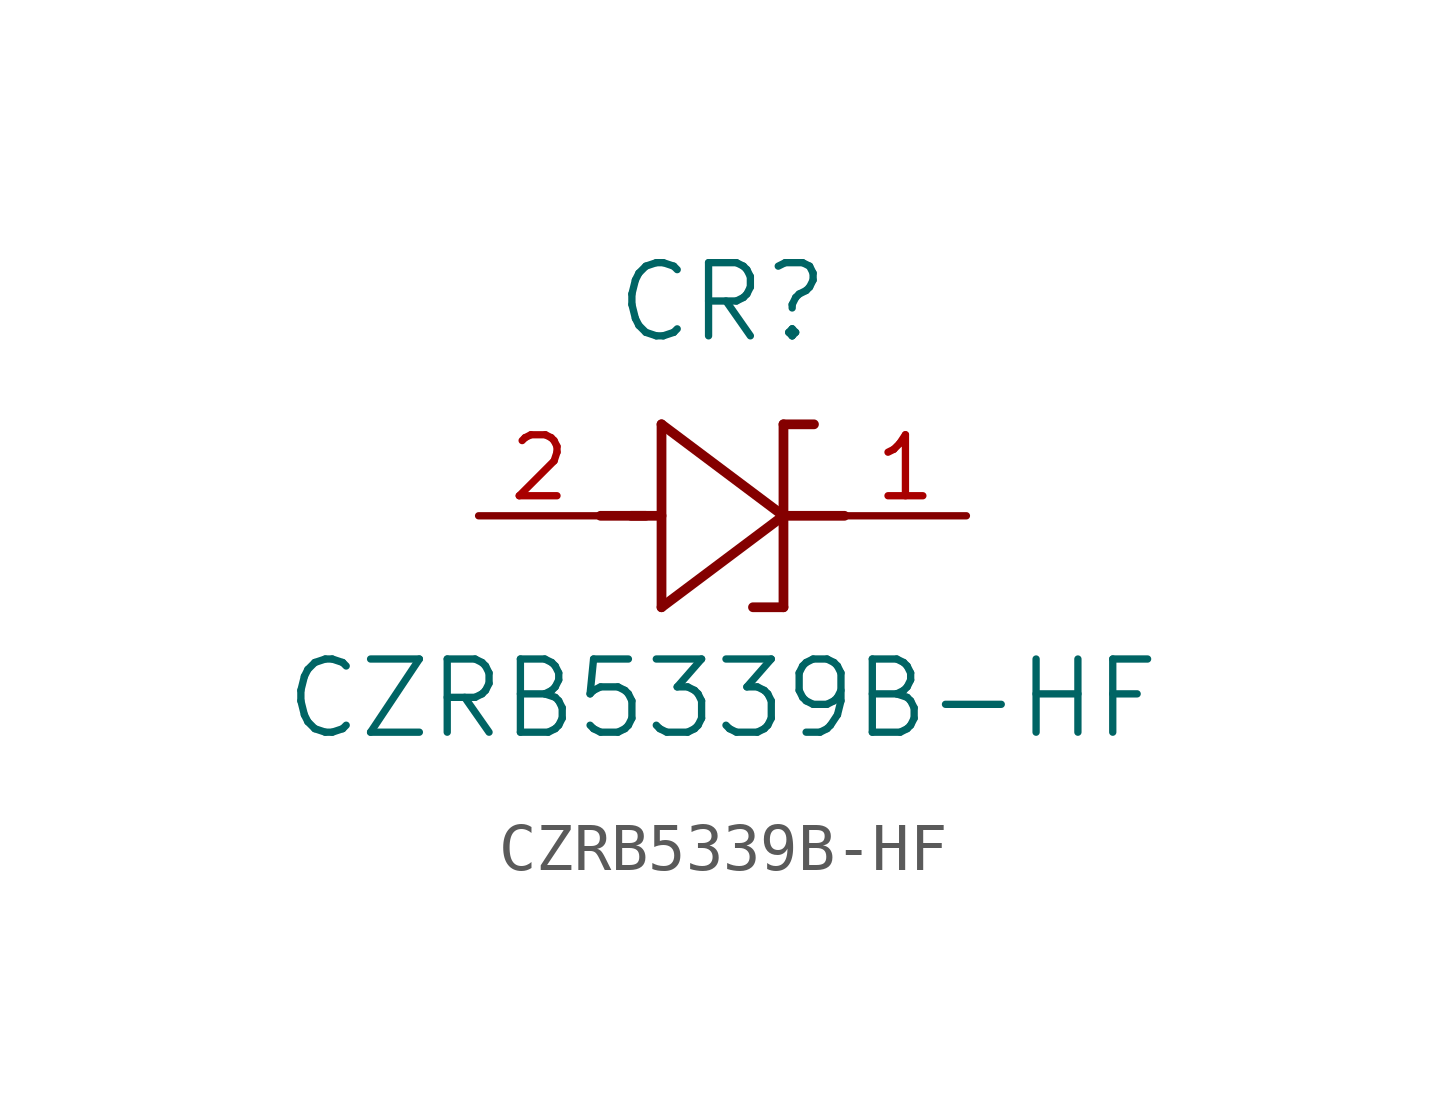
<source format=kicad_sym>
(kicad_symbol_lib
  (version 20211014)
  (generator kicad_symbol_editor)
  (symbol "CZRB5339B-HF"
    (pin_names
      (offset 0.254))
    (property "Reference" "CR"
      (at 5.08 4.445 0)
      (effects (font (size 1.524 1.524))))
    (property "Value" "CZRB5339B-HF"
      (at 5.08 -3.81 0)
      (effects (font (size 1.524 1.524))))
    (symbol "CZRB5339B-HF_0_1"
      (polyline (pts (xy 2.54 0) (xy 3.48 0)) (stroke (width 0.203) (type default) (color 0 0 0 0)) (fill (type none)))
      (polyline (pts (xy 3.175 0) (xy 3.81 0)) (stroke (width 0.203) (type default) (color 0 0 0 0)) (fill (type none)))
      (polyline (pts (xy 3.81 -1.905) (xy 6.35 0)) (stroke (width 0.203) (type default) (color 0 0 0 0)) (fill (type none)))
      (polyline (pts (xy 6.35 -1.905) (xy 5.715 -1.905)) (stroke (width 0.203) (type default) (color 0 0 0 0)) (fill (type none)))
      (polyline (pts (xy 6.35 1.905) (xy 6.985 1.905)) (stroke (width 0.203) (type default) (color 0 0 0 0)) (fill (type none)))
      (polyline (pts (xy 3.81 1.905) (xy 3.81 -1.905)) (stroke (width 0.203) (type default) (color 0 0 0 0)) (fill (type none)))
      (polyline (pts (xy 6.35 -1.905) (xy 6.35 1.905)) (stroke (width 0.203) (type default) (color 0 0 0 0)) (fill (type none)))
      (polyline (pts (xy 6.35 0) (xy 3.81 1.905)) (stroke (width 0.203) (type default) (color 0 0 0 0)) (fill (type none)))
      (polyline (pts (xy 6.35 0) (xy 7.62 0)) (stroke (width 0.203) (type default) (color 0 0 0 0)) (fill (type none)))
      (pin unspecified line (at 10.16 0 180) (length 2.54) (name "" (effects (font (size 1.27 1.27)))) (number "1" (effects (font (size 1.27 1.27)))))
      (pin unspecified line (at 0 0 0) (length 2.54) (name "" (effects (font (size 1.27 1.27)))) (number "2" (effects (font (size 1.27 1.27))))))))
</source>
